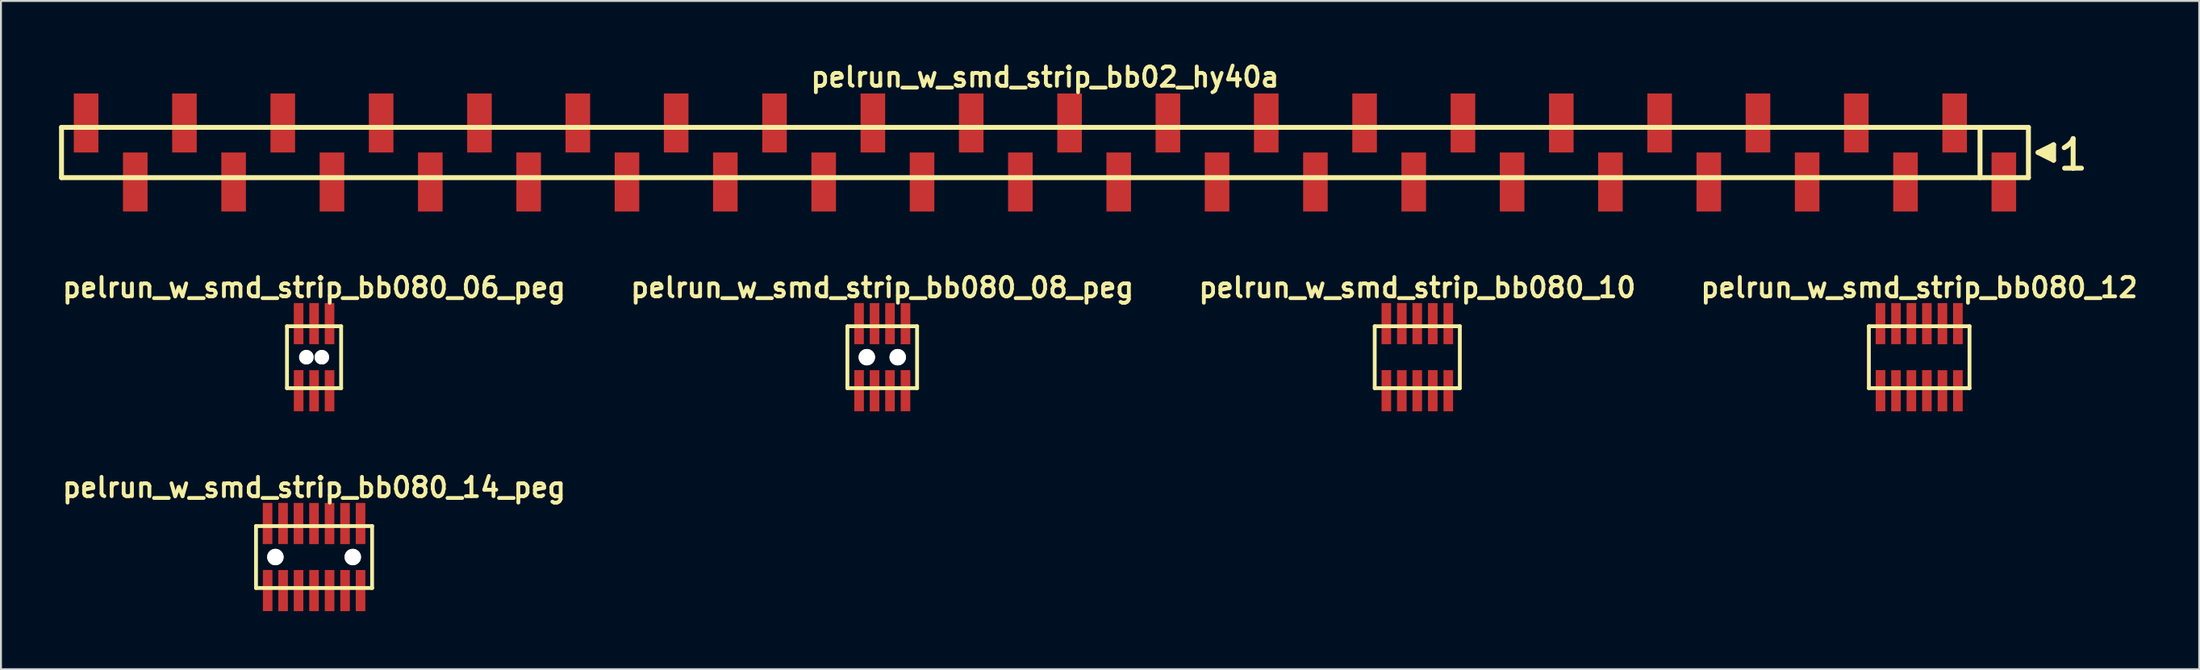
<source format=kicad_pcb>
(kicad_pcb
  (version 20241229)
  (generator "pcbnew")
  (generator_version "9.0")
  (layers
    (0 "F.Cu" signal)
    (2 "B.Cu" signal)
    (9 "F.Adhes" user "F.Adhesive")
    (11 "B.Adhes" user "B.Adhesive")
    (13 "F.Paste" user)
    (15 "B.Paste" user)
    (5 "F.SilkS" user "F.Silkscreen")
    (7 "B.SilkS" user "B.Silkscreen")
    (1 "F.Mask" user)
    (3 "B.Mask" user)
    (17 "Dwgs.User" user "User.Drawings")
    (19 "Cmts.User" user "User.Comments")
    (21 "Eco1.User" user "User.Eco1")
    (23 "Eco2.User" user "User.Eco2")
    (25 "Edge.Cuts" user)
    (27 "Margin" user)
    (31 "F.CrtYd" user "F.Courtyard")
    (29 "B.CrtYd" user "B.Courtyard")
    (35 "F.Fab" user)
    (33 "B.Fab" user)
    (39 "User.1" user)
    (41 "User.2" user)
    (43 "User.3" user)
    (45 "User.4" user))
  (footprint "pelrun_w_smd_strip_bb02_hy40a"
    (layer "F.Cu")
    (at 50.927 4.832)
    (property "Reference" "pelrun_w_smd_strip_bb02_hy40a" (at 0 -3.9 0) (layer "F.SilkS") (effects (font (size 0.998 0.998) (thickness 0.198))))
    (attr through_hole)
    (fp_line (start -50.8 -1.3) (end 50.8 -1.3) (stroke (width 0.254) (type solid)) (layer "F.SilkS"))
    (fp_line (start -50.8 1.3) (end -50.8 -1.3) (stroke (width 0.254) (type solid)) (layer "F.SilkS"))
    (fp_line (start 48.3 1.3) (end 48.3 -1.3) (stroke (width 0.254) (type solid)) (layer "F.SilkS"))
    (fp_line (start 50.8 -1.3) (end 50.8 1.3) (stroke (width 0.254) (type solid)) (layer "F.SilkS"))
    (fp_line (start 50.8 1.3) (end -50.8 1.3) (stroke (width 0.254) (type solid)) (layer "F.SilkS"))
    (fp_line (start 51.3 0) (end 52.1 0.4) (stroke (width 0.254) (type solid)) (layer "F.SilkS"))
    (fp_line (start 51.6 0.1) (end 51.6 -0.1) (stroke (width 0.254) (type solid)) (layer "F.SilkS"))
    (fp_line (start 51.7 -0.1) (end 51.7 0.1) (stroke (width 0.254) (type solid)) (layer "F.SilkS"))
    (fp_line (start 51.8 0.2) (end 51.8 -0.2) (stroke (width 0.254) (type solid)) (layer "F.SilkS"))
    (fp_line (start 51.9 -0.2) (end 51.9 0.2) (stroke (width 0.254) (type solid)) (layer "F.SilkS"))
    (fp_line (start 52 0.3) (end 52 -0.3) (stroke (width 0.254) (type solid)) (layer "F.SilkS"))
    (fp_line (start 52.1 -0.4) (end 51.3 0) (stroke (width 0.254) (type solid)) (layer "F.SilkS"))
    (fp_line (start 52.1 0.4) (end 52.1 -0.4) (stroke (width 0.254) (type solid)) (layer "F.SilkS"))
    (fp_line (start 52.65 -0.25) (end 52.78 -0.33) (stroke (width 0.254) (type solid)) (layer "F.SilkS"))
    (fp_line (start 52.78 -0.33) (end 52.94 -0.46) (stroke (width 0.254) (type solid)) (layer "F.SilkS"))
    (fp_line (start 52.94 -0.46) (end 53.08 -0.63) (stroke (width 0.254) (type solid)) (layer "F.SilkS"))
    (fp_line (start 53.08 -0.63) (end 53.11 -0.72) (stroke (width 0.254) (type solid)) (layer "F.SilkS"))
    (fp_line (start 53.11 -0.72) (end 53.11 0.81) (stroke (width 0.254) (type solid)) (layer "F.SilkS"))
    (fp_line (start 53.11 0.81) (end 52.67 0.81) (stroke (width 0.254) (type solid)) (layer "F.SilkS"))
    (fp_line (start 53.54 0.81) (end 53.1 0.81) (stroke (width 0.254) (type solid)) (layer "F.SilkS"))
    (pad "1" smd rect (at 49.53 1.525) (size 1.27 3.05) (layers "F.Cu" "F.Mask" "F.Paste"))
    (pad "2" smd rect (at 46.99 -1.525) (size 1.27 3.05) (layers "F.Cu" "F.Mask" "F.Paste"))
    (pad "3" smd rect (at 44.45 1.525) (size 1.27 3.05) (layers "F.Cu" "F.Mask" "F.Paste"))
    (pad "4" smd rect (at 41.91 -1.525) (size 1.27 3.05) (layers "F.Cu" "F.Mask" "F.Paste"))
    (pad "5" smd rect (at 39.37 1.525) (size 1.27 3.05) (layers "F.Cu" "F.Mask" "F.Paste"))
    (pad "6" smd rect (at 36.83 -1.525) (size 1.27 3.05) (layers "F.Cu" "F.Mask" "F.Paste"))
    (pad "7" smd rect (at 34.29 1.525) (size 1.27 3.05) (layers "F.Cu" "F.Mask" "F.Paste"))
    (pad "8" smd rect (at 31.75 -1.525) (size 1.27 3.05) (layers "F.Cu" "F.Mask" "F.Paste"))
    (pad "9" smd rect (at 29.21 1.525) (size 1.27 3.05) (layers "F.Cu" "F.Mask" "F.Paste"))
    (pad "10" smd rect (at 26.67 -1.525) (size 1.27 3.05) (layers "F.Cu" "F.Mask" "F.Paste"))
    (pad "11" smd rect (at 24.13 1.525) (size 1.27 3.05) (layers "F.Cu" "F.Mask" "F.Paste"))
    (pad "12" smd rect (at 21.59 -1.525) (size 1.27 3.05) (layers "F.Cu" "F.Mask" "F.Paste"))
    (pad "13" smd rect (at 19.05 1.525) (size 1.27 3.05) (layers "F.Cu" "F.Mask" "F.Paste"))
    (pad "14" smd rect (at 16.51 -1.525) (size 1.27 3.05) (layers "F.Cu" "F.Mask" "F.Paste"))
    (pad "15" smd rect (at 13.97 1.525) (size 1.27 3.05) (layers "F.Cu" "F.Mask" "F.Paste"))
    (pad "16" smd rect (at 11.43 -1.525) (size 1.27 3.05) (layers "F.Cu" "F.Mask" "F.Paste"))
    (pad "17" smd rect (at 8.89 1.525) (size 1.27 3.05) (layers "F.Cu" "F.Mask" "F.Paste"))
    (pad "18" smd rect (at 6.35 -1.525) (size 1.27 3.05) (layers "F.Cu" "F.Mask" "F.Paste"))
    (pad "19" smd rect (at 3.81 1.525) (size 1.27 3.05) (layers "F.Cu" "F.Mask" "F.Paste"))
    (pad "20" smd rect (at 1.27 -1.525) (size 1.27 3.05) (layers "F.Cu" "F.Mask" "F.Paste"))
    (pad "21" smd rect (at -1.27 1.525) (size 1.27 3.05) (layers "F.Cu" "F.Mask" "F.Paste"))
    (pad "22" smd rect (at -3.81 -1.525) (size 1.27 3.05) (layers "F.Cu" "F.Mask" "F.Paste"))
    (pad "23" smd rect (at -6.35 1.525) (size 1.27 3.05) (layers "F.Cu" "F.Mask" "F.Paste"))
    (pad "24" smd rect (at -8.89 -1.525) (size 1.27 3.05) (layers "F.Cu" "F.Mask" "F.Paste"))
    (pad "25" smd rect (at -11.43 1.525) (size 1.27 3.05) (layers "F.Cu" "F.Mask" "F.Paste"))
    (pad "26" smd rect (at -13.97 -1.525) (size 1.27 3.05) (layers "F.Cu" "F.Mask" "F.Paste"))
    (pad "27" smd rect (at -16.51 1.525) (size 1.27 3.05) (layers "F.Cu" "F.Mask" "F.Paste"))
    (pad "28" smd rect (at -19.05 -1.525) (size 1.27 3.05) (layers "F.Cu" "F.Mask" "F.Paste"))
    (pad "29" smd rect (at -21.59 1.525) (size 1.27 3.05) (layers "F.Cu" "F.Mask" "F.Paste"))
    (pad "30" smd rect (at -24.13 -1.525) (size 1.27 3.05) (layers "F.Cu" "F.Mask" "F.Paste"))
    (pad "31" smd rect (at -26.67 1.525) (size 1.27 3.05) (layers "F.Cu" "F.Mask" "F.Paste"))
    (pad "32" smd rect (at -29.21 -1.525) (size 1.27 3.05) (layers "F.Cu" "F.Mask" "F.Paste"))
    (pad "33" smd rect (at -31.75 1.525) (size 1.27 3.05) (layers "F.Cu" "F.Mask" "F.Paste"))
    (pad "34" smd rect (at -34.29 -1.525) (size 1.27 3.05) (layers "F.Cu" "F.Mask" "F.Paste"))
    (pad "35" smd rect (at -36.83 1.525) (size 1.27 3.05) (layers "F.Cu" "F.Mask" "F.Paste"))
    (pad "36" smd rect (at -39.37 -1.525) (size 1.27 3.05) (layers "F.Cu" "F.Mask" "F.Paste"))
    (pad "37" smd rect (at -41.91 1.525) (size 1.27 3.05) (layers "F.Cu" "F.Mask" "F.Paste"))
    (pad "38" smd rect (at -44.45 -1.525) (size 1.27 3.05) (layers "F.Cu" "F.Mask" "F.Paste"))
    (pad "39" smd rect (at -46.99 1.525) (size 1.27 3.05) (layers "F.Cu" "F.Mask" "F.Paste"))
    (pad "40" smd rect (at -49.53 -1.525) (size 1.27 3.05) (layers "F.Cu" "F.Mask" "F.Paste")))
  (footprint "pelrun_w_smd_strip_bb080_14_peg"
    (layer "F.Cu")
    (at 13.174 25.741)
    (property "Reference" "pelrun_w_smd_strip_bb080_14_peg" (at 0 -3.599 0) (layer "F.SilkS") (effects (font (size 0.998 0.998) (thickness 0.198))))
    (attr through_hole)
    (fp_line (start -3 -1.6) (end -3 1.6) (stroke (width 0.198) (type solid)) (layer "F.SilkS"))
    (fp_line (start -3 1.6) (end 3 1.6) (stroke (width 0.198) (type solid)) (layer "F.SilkS"))
    (fp_line (start 2.997 1.6) (end 2.997 -1.6) (stroke (width 0.198) (type solid)) (layer "F.SilkS"))
    (fp_line (start 3 -1.6) (end -3 -1.6) (stroke (width 0.198) (type solid)) (layer "F.SilkS"))
    (pad "" np_thru_hole circle (at -1.999 0) (size 0.848 0.848) (drill 0.848) (layers "*.Cu" "*.Mask" "F.SilkS"))
    (pad "" np_thru_hole circle (at 1.999 0) (size 0.848 0.848) (drill 0.848) (layers "*.Cu" "*.Mask" "F.SilkS"))
    (pad "1" smd rect (at -2.398 1.732) (size 0.495 2.126) (layers "F.Cu" "F.Mask" "F.Paste"))
    (pad "2" smd rect (at -2.403 -1.735) (size 0.495 2.126) (layers "F.Cu" "F.Mask" "F.Paste"))
    (pad "3" smd rect (at -1.6 1.735) (size 0.495 2.126) (layers "F.Cu" "F.Mask" "F.Paste"))
    (pad "4" smd rect (at -1.603 -1.735) (size 0.495 2.126) (layers "F.Cu" "F.Mask" "F.Paste"))
    (pad "5" smd rect (at -0.803 1.735) (size 0.495 2.126) (layers "F.Cu" "F.Mask" "F.Paste"))
    (pad "6" smd rect (at -0.805 -1.735) (size 0.495 2.126) (layers "F.Cu" "F.Mask" "F.Paste"))
    (pad "7" smd rect (at -0.003 1.732) (size 0.495 2.126) (layers "F.Cu" "F.Mask" "F.Paste"))
    (pad "8" smd rect (at -0.005 -1.732) (size 0.495 2.126) (layers "F.Cu" "F.Mask" "F.Paste"))
    (pad "9" smd rect (at 0.8 1.735) (size 0.495 2.126) (layers "F.Cu" "F.Mask" "F.Paste"))
    (pad "10" smd rect (at 0.798 -1.732) (size 0.495 2.126) (layers "F.Cu" "F.Mask" "F.Paste"))
    (pad "11" smd rect (at 1.6 1.735) (size 0.495 2.126) (layers "F.Cu" "F.Mask" "F.Paste"))
    (pad "12" smd rect (at 1.598 -1.732) (size 0.495 2.126) (layers "F.Cu" "F.Mask" "F.Paste"))
    (pad "13" smd rect (at 2.4 1.735) (size 0.495 2.126) (layers "F.Cu" "F.Mask" "F.Paste"))
    (pad "14" smd rect (at 2.4 -1.735) (size 0.495 2.126) (layers "F.Cu" "F.Mask" "F.Paste")))
  (footprint "pelrun_w_smd_strip_bb080_08_peg"
    (layer "F.Cu")
    (at 42.523 15.412)
    (property "Reference" "pelrun_w_smd_strip_bb080_08_peg" (at 0 -3.599 0) (layer "F.SilkS") (effects (font (size 0.998 0.998) (thickness 0.198))))
    (attr through_hole)
    (fp_line (start -1.801 -1.6) (end -1.801 1.6) (stroke (width 0.198) (type solid)) (layer "F.SilkS"))
    (fp_line (start -1.801 -1.6) (end 1.801 -1.6) (stroke (width 0.198) (type solid)) (layer "F.SilkS"))
    (fp_line (start -1.801 1.6) (end 1.801 1.6) (stroke (width 0.198) (type solid)) (layer "F.SilkS"))
    (fp_line (start 1.798 1.6) (end 1.798 -1.6) (stroke (width 0.198) (type solid)) (layer "F.SilkS"))
    (pad "" np_thru_hole circle (at -0.798 0) (size 0.848 0.848) (drill 0.848) (layers "*.Cu" "*.Mask" "F.SilkS"))
    (pad "" np_thru_hole circle (at 0.798 0) (size 0.848 0.848) (drill 0.848) (layers "*.Cu" "*.Mask" "F.SilkS"))
    (pad "1" smd rect (at -1.196 1.732) (size 0.495 2.126) (layers "F.Cu" "F.Mask" "F.Paste"))
    (pad "2" smd rect (at -1.199 -1.735) (size 0.495 2.126) (layers "F.Cu" "F.Mask" "F.Paste"))
    (pad "3" smd rect (at -0.399 1.735) (size 0.495 2.126) (layers "F.Cu" "F.Mask" "F.Paste"))
    (pad "4" smd rect (at -0.399 -1.735) (size 0.495 2.126) (layers "F.Cu" "F.Mask" "F.Paste"))
    (pad "5" smd rect (at 0.399 1.735) (size 0.495 2.126) (layers "F.Cu" "F.Mask" "F.Paste"))
    (pad "6" smd rect (at 0.399 -1.735) (size 0.495 2.126) (layers "F.Cu" "F.Mask" "F.Paste"))
    (pad "7" smd rect (at 1.199 1.732) (size 0.495 2.126) (layers "F.Cu" "F.Mask" "F.Paste"))
    (pad "8" smd rect (at 1.199 -1.732) (size 0.495 2.126) (layers "F.Cu" "F.Mask" "F.Paste")))
  (footprint "pelrun_w_smd_strip_bb080_12"
    (layer "F.Cu")
    (at 96.086 15.412)
    (property "Reference" "pelrun_w_smd_strip_bb080_12" (at 0 -3.599 0) (layer "F.SilkS") (effects (font (size 0.998 0.998) (thickness 0.198))))
    (attr through_hole)
    (fp_line (start -2.601 -1.6) (end -2.601 1.6) (stroke (width 0.198) (type solid)) (layer "F.SilkS"))
    (fp_line (start -2.601 1.6) (end 2.601 1.6) (stroke (width 0.198) (type solid)) (layer "F.SilkS"))
    (fp_line (start 2.598 1.6) (end 2.598 -1.6) (stroke (width 0.198) (type solid)) (layer "F.SilkS"))
    (fp_line (start 2.601 -1.6) (end -2.601 -1.6) (stroke (width 0.198) (type solid)) (layer "F.SilkS"))
    (pad "1" smd rect (at -1.999 1.732) (size 0.495 2.126) (layers "F.Cu" "F.Mask" "F.Paste"))
    (pad "2" smd rect (at -2.002 -1.735) (size 0.495 2.126) (layers "F.Cu" "F.Mask" "F.Paste"))
    (pad "3" smd rect (at -1.201 1.735) (size 0.495 2.126) (layers "F.Cu" "F.Mask" "F.Paste"))
    (pad "4" smd rect (at -1.201 -1.735) (size 0.495 2.126) (layers "F.Cu" "F.Mask" "F.Paste"))
    (pad "5" smd rect (at -0.404 1.735) (size 0.495 2.126) (layers "F.Cu" "F.Mask" "F.Paste"))
    (pad "6" smd rect (at -0.404 -1.735) (size 0.495 2.126) (layers "F.Cu" "F.Mask" "F.Paste"))
    (pad "7" smd rect (at 0.396 1.732) (size 0.495 2.126) (layers "F.Cu" "F.Mask" "F.Paste"))
    (pad "8" smd rect (at 0.396 -1.732) (size 0.495 2.126) (layers "F.Cu" "F.Mask" "F.Paste"))
    (pad "9" smd rect (at 1.199 1.735) (size 0.495 2.126) (layers "F.Cu" "F.Mask" "F.Paste"))
    (pad "10" smd rect (at 1.199 -1.732) (size 0.495 2.126) (layers "F.Cu" "F.Mask" "F.Paste"))
    (pad "11" smd rect (at 1.999 1.735) (size 0.495 2.126) (layers "F.Cu" "F.Mask" "F.Paste"))
    (pad "12" smd rect (at 1.999 -1.735) (size 0.495 2.126) (layers "F.Cu" "F.Mask" "F.Paste")))
  (footprint "pelrun_w_smd_strip_bb080_06_peg"
    (layer "F.Cu")
    (at 13.174 15.412)
    (property "Reference" "pelrun_w_smd_strip_bb080_06_peg" (at 0 -3.599 0) (layer "F.SilkS") (effects (font (size 0.998 0.998) (thickness 0.198))))
    (attr through_hole)
    (fp_line (start -1.4 -1.6) (end -1.4 1.6) (stroke (width 0.198) (type solid)) (layer "F.SilkS"))
    (fp_line (start -1.4 1.6) (end 1.4 1.6) (stroke (width 0.198) (type solid)) (layer "F.SilkS"))
    (fp_line (start 1.397 1.6) (end 1.397 -1.6) (stroke (width 0.198) (type solid)) (layer "F.SilkS"))
    (fp_line (start 1.4 -1.6) (end -1.4 -1.6) (stroke (width 0.198) (type solid)) (layer "F.SilkS"))
    (pad "" np_thru_hole circle (at -0.399 0) (size 0.749 0.749) (drill 0.749) (layers "*.Cu" "*.Mask" "F.SilkS"))
    (pad "" np_thru_hole circle (at 0.399 0) (size 0.749 0.749) (drill 0.749) (layers "*.Cu" "*.Mask" "F.SilkS"))
    (pad "1" smd rect (at -0.798 1.732) (size 0.495 2.126) (layers "F.Cu" "F.Mask" "F.Paste"))
    (pad "2" smd rect (at -0.8 -1.735) (size 0.495 2.126) (layers "F.Cu" "F.Mask" "F.Paste"))
    (pad "3" smd rect (at 0 1.735) (size 0.495 2.126) (layers "F.Cu" "F.Mask" "F.Paste"))
    (pad "4" smd rect (at 0 -1.735) (size 0.495 2.126) (layers "F.Cu" "F.Mask" "F.Paste"))
    (pad "5" smd rect (at 0.798 1.735) (size 0.495 2.126) (layers "F.Cu" "F.Mask" "F.Paste"))
    (pad "6" smd rect (at 0.798 -1.735) (size 0.495 2.126) (layers "F.Cu" "F.Mask" "F.Paste")))
  (footprint "pelrun_w_smd_strip_bb080_10"
    (layer "F.Cu")
    (at 70.16 15.412)
    (property "Reference" "pelrun_w_smd_strip_bb080_10" (at 0 -3.599 0) (layer "F.SilkS") (effects (font (size 0.998 0.998) (thickness 0.198))))
    (attr through_hole)
    (fp_line (start -2.2 -1.6) (end -2.2 1.6) (stroke (width 0.198) (type solid)) (layer "F.SilkS"))
    (fp_line (start -2.2 -1.6) (end 2.2 -1.6) (stroke (width 0.198) (type solid)) (layer "F.SilkS"))
    (fp_line (start 2.197 1.6) (end 2.197 -1.6) (stroke (width 0.198) (type solid)) (layer "F.SilkS"))
    (fp_line (start 2.2 1.6) (end -2.2 1.6) (stroke (width 0.198) (type solid)) (layer "F.SilkS"))
    (pad "1" smd rect (at -1.598 1.732) (size 0.495 2.126) (layers "F.Cu" "F.Mask" "F.Paste"))
    (pad "2" smd rect (at -1.6 -1.735) (size 0.495 2.126) (layers "F.Cu" "F.Mask" "F.Paste"))
    (pad "3" smd rect (at -0.8 1.735) (size 0.495 2.126) (layers "F.Cu" "F.Mask" "F.Paste"))
    (pad "4" smd rect (at -0.8 -1.735) (size 0.495 2.126) (layers "F.Cu" "F.Mask" "F.Paste"))
    (pad "5" smd rect (at -0.003 1.735) (size 0.495 2.126) (layers "F.Cu" "F.Mask" "F.Paste"))
    (pad "6" smd rect (at -0.003 -1.735) (size 0.495 2.126) (layers "F.Cu" "F.Mask" "F.Paste"))
    (pad "7" smd rect (at 0.798 1.732) (size 0.495 2.126) (layers "F.Cu" "F.Mask" "F.Paste"))
    (pad "8" smd rect (at 0.798 -1.732) (size 0.495 2.126) (layers "F.Cu" "F.Mask" "F.Paste"))
    (pad "9" smd rect (at 1.6 1.735) (size 0.495 2.126) (layers "F.Cu" "F.Mask" "F.Paste"))
    (pad "10" smd rect (at 1.6 -1.735) (size 0.495 2.126) (layers "F.Cu" "F.Mask" "F.Paste")))
  (gr_rect
    (start -3 -3)
    (end 110.549 31.539)
    (stroke (width 0.1) (type default))
    (fill no)
    (layer "Edge.Cuts")))
</source>
